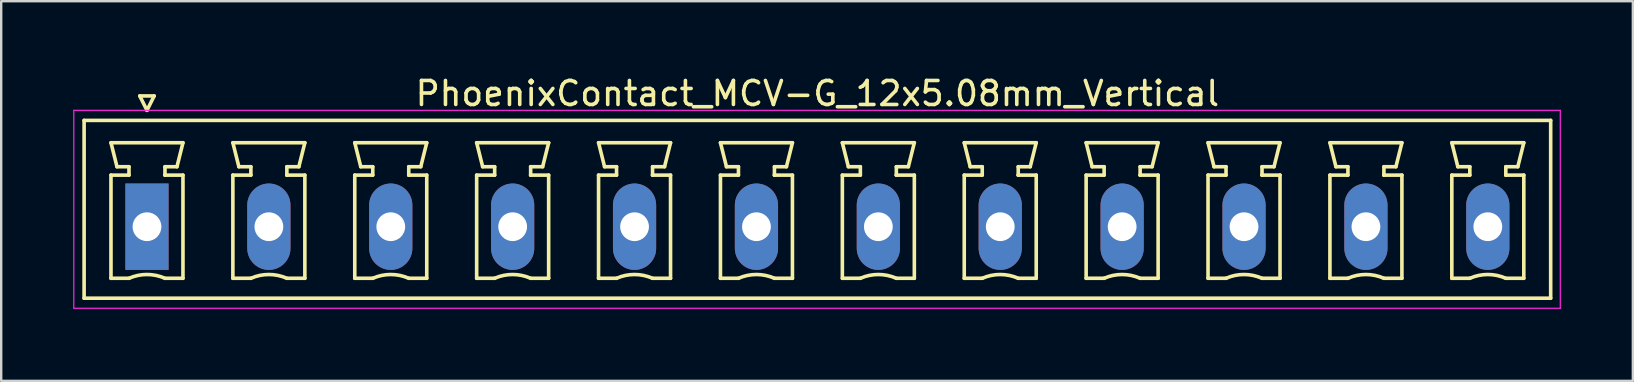
<source format=kicad_pcb>
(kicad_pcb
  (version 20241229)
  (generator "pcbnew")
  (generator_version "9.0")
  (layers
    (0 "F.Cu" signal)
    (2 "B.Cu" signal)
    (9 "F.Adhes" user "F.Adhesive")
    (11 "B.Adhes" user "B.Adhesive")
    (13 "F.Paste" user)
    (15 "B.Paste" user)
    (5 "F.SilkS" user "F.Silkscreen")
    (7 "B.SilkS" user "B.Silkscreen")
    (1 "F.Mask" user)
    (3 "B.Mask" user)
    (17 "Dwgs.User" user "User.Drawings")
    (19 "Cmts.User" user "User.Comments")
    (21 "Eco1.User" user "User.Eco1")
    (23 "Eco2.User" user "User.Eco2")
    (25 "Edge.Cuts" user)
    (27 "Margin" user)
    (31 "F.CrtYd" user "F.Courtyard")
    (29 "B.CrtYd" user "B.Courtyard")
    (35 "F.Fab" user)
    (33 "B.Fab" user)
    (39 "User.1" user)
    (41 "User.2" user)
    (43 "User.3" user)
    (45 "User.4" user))
  (footprint "PhoenixContact_MCV-G_12x5.08mm_Vertical"
    (layer "F.Cu")
    (at 3.075 6.398)
    (property "Reference" "PhoenixContact_MCV-G_12x5.08mm_Vertical" (at 27.94 -5.55 0) (layer "F.SilkS") (effects (font (size 1 1) (thickness 0.15))))
    (attr through_hole)
    (fp_line (start -2.62 -4.43) (end -2.62 2.98) (stroke (width 0.15) (type solid)) (layer "F.SilkS"))
    (fp_line (start -2.62 2.98) (end 58.5 2.98) (stroke (width 0.15) (type solid)) (layer "F.SilkS"))
    (fp_line (start -1.5 -3.5) (end 1.5 -3.5) (stroke (width 0.15) (type solid)) (layer "F.SilkS"))
    (fp_line (start -1.5 -2.15) (end -0.75 -2.15) (stroke (width 0.15) (type solid)) (layer "F.SilkS"))
    (fp_line (start -1.5 2.15) (end -1.5 -2.15) (stroke (width 0.15) (type solid)) (layer "F.SilkS"))
    (fp_line (start -1.25 -2.5) (end -1.5 -3.5) (stroke (width 0.15) (type solid)) (layer "F.SilkS"))
    (fp_line (start -0.75 -2.5) (end -1.25 -2.5) (stroke (width 0.15) (type solid)) (layer "F.SilkS"))
    (fp_line (start -0.75 -2.15) (end -0.75 -2.5) (stroke (width 0.15) (type solid)) (layer "F.SilkS"))
    (fp_line (start -0.75 2.15) (end -1.5 2.15) (stroke (width 0.15) (type solid)) (layer "F.SilkS"))
    (fp_line (start -0.3 -5.45) (end 0 -4.85) (stroke (width 0.15) (type solid)) (layer "F.SilkS"))
    (fp_line (start 0 -4.85) (end 0.3 -5.45) (stroke (width 0.15) (type solid)) (layer "F.SilkS"))
    (fp_line (start 0.3 -5.45) (end -0.3 -5.45) (stroke (width 0.15) (type solid)) (layer "F.SilkS"))
    (fp_line (start 0.75 -2.5) (end 0.75 -2.15) (stroke (width 0.15) (type solid)) (layer "F.SilkS"))
    (fp_line (start 0.75 -2.15) (end 0.75 -2.15) (stroke (width 0.15) (type solid)) (layer "F.SilkS"))
    (fp_line (start 0.75 -2.15) (end 1.5 -2.15) (stroke (width 0.15) (type solid)) (layer "F.SilkS"))
    (fp_line (start 1.25 -2.5) (end 0.75 -2.5) (stroke (width 0.15) (type solid)) (layer "F.SilkS"))
    (fp_line (start 1.5 -3.5) (end 1.25 -2.5) (stroke (width 0.15) (type solid)) (layer "F.SilkS"))
    (fp_line (start 1.5 -2.15) (end 1.5 2.15) (stroke (width 0.15) (type solid)) (layer "F.SilkS"))
    (fp_line (start 1.5 2.15) (end 0.75 2.15) (stroke (width 0.15) (type solid)) (layer "F.SilkS"))
    (fp_line (start 3.58 -3.5) (end 6.58 -3.5) (stroke (width 0.15) (type solid)) (layer "F.SilkS"))
    (fp_line (start 3.58 -2.15) (end 4.33 -2.15) (stroke (width 0.15) (type solid)) (layer "F.SilkS"))
    (fp_line (start 3.58 2.15) (end 3.58 -2.15) (stroke (width 0.15) (type solid)) (layer "F.SilkS"))
    (fp_line (start 3.83 -2.5) (end 3.58 -3.5) (stroke (width 0.15) (type solid)) (layer "F.SilkS"))
    (fp_line (start 4.33 -2.5) (end 3.83 -2.5) (stroke (width 0.15) (type solid)) (layer "F.SilkS"))
    (fp_line (start 4.33 -2.15) (end 4.33 -2.5) (stroke (width 0.15) (type solid)) (layer "F.SilkS"))
    (fp_line (start 4.33 2.15) (end 3.58 2.15) (stroke (width 0.15) (type solid)) (layer "F.SilkS"))
    (fp_line (start 5.83 -2.5) (end 5.83 -2.15) (stroke (width 0.15) (type solid)) (layer "F.SilkS"))
    (fp_line (start 5.83 -2.15) (end 5.83 -2.15) (stroke (width 0.15) (type solid)) (layer "F.SilkS"))
    (fp_line (start 5.83 -2.15) (end 6.58 -2.15) (stroke (width 0.15) (type solid)) (layer "F.SilkS"))
    (fp_line (start 6.33 -2.5) (end 5.83 -2.5) (stroke (width 0.15) (type solid)) (layer "F.SilkS"))
    (fp_line (start 6.58 -3.5) (end 6.33 -2.5) (stroke (width 0.15) (type solid)) (layer "F.SilkS"))
    (fp_line (start 6.58 -2.15) (end 6.58 2.15) (stroke (width 0.15) (type solid)) (layer "F.SilkS"))
    (fp_line (start 6.58 2.15) (end 5.83 2.15) (stroke (width 0.15) (type solid)) (layer "F.SilkS"))
    (fp_line (start 8.66 -3.5) (end 11.66 -3.5) (stroke (width 0.15) (type solid)) (layer "F.SilkS"))
    (fp_line (start 8.66 -2.15) (end 9.41 -2.15) (stroke (width 0.15) (type solid)) (layer "F.SilkS"))
    (fp_line (start 8.66 2.15) (end 8.66 -2.15) (stroke (width 0.15) (type solid)) (layer "F.SilkS"))
    (fp_line (start 8.91 -2.5) (end 8.66 -3.5) (stroke (width 0.15) (type solid)) (layer "F.SilkS"))
    (fp_line (start 9.41 -2.5) (end 8.91 -2.5) (stroke (width 0.15) (type solid)) (layer "F.SilkS"))
    (fp_line (start 9.41 -2.15) (end 9.41 -2.5) (stroke (width 0.15) (type solid)) (layer "F.SilkS"))
    (fp_line (start 9.41 2.15) (end 8.66 2.15) (stroke (width 0.15) (type solid)) (layer "F.SilkS"))
    (fp_line (start 10.91 -2.5) (end 10.91 -2.15) (stroke (width 0.15) (type solid)) (layer "F.SilkS"))
    (fp_line (start 10.91 -2.15) (end 10.91 -2.15) (stroke (width 0.15) (type solid)) (layer "F.SilkS"))
    (fp_line (start 10.91 -2.15) (end 11.66 -2.15) (stroke (width 0.15) (type solid)) (layer "F.SilkS"))
    (fp_line (start 11.41 -2.5) (end 10.91 -2.5) (stroke (width 0.15) (type solid)) (layer "F.SilkS"))
    (fp_line (start 11.66 -3.5) (end 11.41 -2.5) (stroke (width 0.15) (type solid)) (layer "F.SilkS"))
    (fp_line (start 11.66 -2.15) (end 11.66 2.15) (stroke (width 0.15) (type solid)) (layer "F.SilkS"))
    (fp_line (start 11.66 2.15) (end 10.91 2.15) (stroke (width 0.15) (type solid)) (layer "F.SilkS"))
    (fp_line (start 13.74 -3.5) (end 16.74 -3.5) (stroke (width 0.15) (type solid)) (layer "F.SilkS"))
    (fp_line (start 13.74 -2.15) (end 14.49 -2.15) (stroke (width 0.15) (type solid)) (layer "F.SilkS"))
    (fp_line (start 13.74 2.15) (end 13.74 -2.15) (stroke (width 0.15) (type solid)) (layer "F.SilkS"))
    (fp_line (start 13.99 -2.5) (end 13.74 -3.5) (stroke (width 0.15) (type solid)) (layer "F.SilkS"))
    (fp_line (start 14.49 -2.5) (end 13.99 -2.5) (stroke (width 0.15) (type solid)) (layer "F.SilkS"))
    (fp_line (start 14.49 -2.15) (end 14.49 -2.5) (stroke (width 0.15) (type solid)) (layer "F.SilkS"))
    (fp_line (start 14.49 2.15) (end 13.74 2.15) (stroke (width 0.15) (type solid)) (layer "F.SilkS"))
    (fp_line (start 15.99 -2.5) (end 15.99 -2.15) (stroke (width 0.15) (type solid)) (layer "F.SilkS"))
    (fp_line (start 15.99 -2.15) (end 15.99 -2.15) (stroke (width 0.15) (type solid)) (layer "F.SilkS"))
    (fp_line (start 15.99 -2.15) (end 16.74 -2.15) (stroke (width 0.15) (type solid)) (layer "F.SilkS"))
    (fp_line (start 16.49 -2.5) (end 15.99 -2.5) (stroke (width 0.15) (type solid)) (layer "F.SilkS"))
    (fp_line (start 16.74 -3.5) (end 16.49 -2.5) (stroke (width 0.15) (type solid)) (layer "F.SilkS"))
    (fp_line (start 16.74 -2.15) (end 16.74 2.15) (stroke (width 0.15) (type solid)) (layer "F.SilkS"))
    (fp_line (start 16.74 2.15) (end 15.99 2.15) (stroke (width 0.15) (type solid)) (layer "F.SilkS"))
    (fp_line (start 18.82 -3.5) (end 21.82 -3.5) (stroke (width 0.15) (type solid)) (layer "F.SilkS"))
    (fp_line (start 18.82 -2.15) (end 19.57 -2.15) (stroke (width 0.15) (type solid)) (layer "F.SilkS"))
    (fp_line (start 18.82 2.15) (end 18.82 -2.15) (stroke (width 0.15) (type solid)) (layer "F.SilkS"))
    (fp_line (start 19.07 -2.5) (end 18.82 -3.5) (stroke (width 0.15) (type solid)) (layer "F.SilkS"))
    (fp_line (start 19.57 -2.5) (end 19.07 -2.5) (stroke (width 0.15) (type solid)) (layer "F.SilkS"))
    (fp_line (start 19.57 -2.15) (end 19.57 -2.5) (stroke (width 0.15) (type solid)) (layer "F.SilkS"))
    (fp_line (start 19.57 2.15) (end 18.82 2.15) (stroke (width 0.15) (type solid)) (layer "F.SilkS"))
    (fp_line (start 21.07 -2.5) (end 21.07 -2.15) (stroke (width 0.15) (type solid)) (layer "F.SilkS"))
    (fp_line (start 21.07 -2.15) (end 21.07 -2.15) (stroke (width 0.15) (type solid)) (layer "F.SilkS"))
    (fp_line (start 21.07 -2.15) (end 21.82 -2.15) (stroke (width 0.15) (type solid)) (layer "F.SilkS"))
    (fp_line (start 21.57 -2.5) (end 21.07 -2.5) (stroke (width 0.15) (type solid)) (layer "F.SilkS"))
    (fp_line (start 21.82 -3.5) (end 21.57 -2.5) (stroke (width 0.15) (type solid)) (layer "F.SilkS"))
    (fp_line (start 21.82 -2.15) (end 21.82 2.15) (stroke (width 0.15) (type solid)) (layer "F.SilkS"))
    (fp_line (start 21.82 2.15) (end 21.07 2.15) (stroke (width 0.15) (type solid)) (layer "F.SilkS"))
    (fp_line (start 23.9 -3.5) (end 26.9 -3.5) (stroke (width 0.15) (type solid)) (layer "F.SilkS"))
    (fp_line (start 23.9 -2.15) (end 24.65 -2.15) (stroke (width 0.15) (type solid)) (layer "F.SilkS"))
    (fp_line (start 23.9 2.15) (end 23.9 -2.15) (stroke (width 0.15) (type solid)) (layer "F.SilkS"))
    (fp_line (start 24.15 -2.5) (end 23.9 -3.5) (stroke (width 0.15) (type solid)) (layer "F.SilkS"))
    (fp_line (start 24.65 -2.5) (end 24.15 -2.5) (stroke (width 0.15) (type solid)) (layer "F.SilkS"))
    (fp_line (start 24.65 -2.15) (end 24.65 -2.5) (stroke (width 0.15) (type solid)) (layer "F.SilkS"))
    (fp_line (start 24.65 2.15) (end 23.9 2.15) (stroke (width 0.15) (type solid)) (layer "F.SilkS"))
    (fp_line (start 26.15 -2.5) (end 26.15 -2.15) (stroke (width 0.15) (type solid)) (layer "F.SilkS"))
    (fp_line (start 26.15 -2.15) (end 26.15 -2.15) (stroke (width 0.15) (type solid)) (layer "F.SilkS"))
    (fp_line (start 26.15 -2.15) (end 26.9 -2.15) (stroke (width 0.15) (type solid)) (layer "F.SilkS"))
    (fp_line (start 26.65 -2.5) (end 26.15 -2.5) (stroke (width 0.15) (type solid)) (layer "F.SilkS"))
    (fp_line (start 26.9 -3.5) (end 26.65 -2.5) (stroke (width 0.15) (type solid)) (layer "F.SilkS"))
    (fp_line (start 26.9 -2.15) (end 26.9 2.15) (stroke (width 0.15) (type solid)) (layer "F.SilkS"))
    (fp_line (start 26.9 2.15) (end 26.15 2.15) (stroke (width 0.15) (type solid)) (layer "F.SilkS"))
    (fp_line (start 28.98 -3.5) (end 31.98 -3.5) (stroke (width 0.15) (type solid)) (layer "F.SilkS"))
    (fp_line (start 28.98 -2.15) (end 29.73 -2.15) (stroke (width 0.15) (type solid)) (layer "F.SilkS"))
    (fp_line (start 28.98 2.15) (end 28.98 -2.15) (stroke (width 0.15) (type solid)) (layer "F.SilkS"))
    (fp_line (start 29.23 -2.5) (end 28.98 -3.5) (stroke (width 0.15) (type solid)) (layer "F.SilkS"))
    (fp_line (start 29.73 -2.5) (end 29.23 -2.5) (stroke (width 0.15) (type solid)) (layer "F.SilkS"))
    (fp_line (start 29.73 -2.15) (end 29.73 -2.5) (stroke (width 0.15) (type solid)) (layer "F.SilkS"))
    (fp_line (start 29.73 2.15) (end 28.98 2.15) (stroke (width 0.15) (type solid)) (layer "F.SilkS"))
    (fp_line (start 31.23 -2.5) (end 31.23 -2.15) (stroke (width 0.15) (type solid)) (layer "F.SilkS"))
    (fp_line (start 31.23 -2.15) (end 31.23 -2.15) (stroke (width 0.15) (type solid)) (layer "F.SilkS"))
    (fp_line (start 31.23 -2.15) (end 31.98 -2.15) (stroke (width 0.15) (type solid)) (layer "F.SilkS"))
    (fp_line (start 31.73 -2.5) (end 31.23 -2.5) (stroke (width 0.15) (type solid)) (layer "F.SilkS"))
    (fp_line (start 31.98 -3.5) (end 31.73 -2.5) (stroke (width 0.15) (type solid)) (layer "F.SilkS"))
    (fp_line (start 31.98 -2.15) (end 31.98 2.15) (stroke (width 0.15) (type solid)) (layer "F.SilkS"))
    (fp_line (start 31.98 2.15) (end 31.23 2.15) (stroke (width 0.15) (type solid)) (layer "F.SilkS"))
    (fp_line (start 34.06 -3.5) (end 37.06 -3.5) (stroke (width 0.15) (type solid)) (layer "F.SilkS"))
    (fp_line (start 34.06 -2.15) (end 34.81 -2.15) (stroke (width 0.15) (type solid)) (layer "F.SilkS"))
    (fp_line (start 34.06 2.15) (end 34.06 -2.15) (stroke (width 0.15) (type solid)) (layer "F.SilkS"))
    (fp_line (start 34.31 -2.5) (end 34.06 -3.5) (stroke (width 0.15) (type solid)) (layer "F.SilkS"))
    (fp_line (start 34.81 -2.5) (end 34.31 -2.5) (stroke (width 0.15) (type solid)) (layer "F.SilkS"))
    (fp_line (start 34.81 -2.15) (end 34.81 -2.5) (stroke (width 0.15) (type solid)) (layer "F.SilkS"))
    (fp_line (start 34.81 2.15) (end 34.06 2.15) (stroke (width 0.15) (type solid)) (layer "F.SilkS"))
    (fp_line (start 36.31 -2.5) (end 36.31 -2.15) (stroke (width 0.15) (type solid)) (layer "F.SilkS"))
    (fp_line (start 36.31 -2.15) (end 36.31 -2.15) (stroke (width 0.15) (type solid)) (layer "F.SilkS"))
    (fp_line (start 36.31 -2.15) (end 37.06 -2.15) (stroke (width 0.15) (type solid)) (layer "F.SilkS"))
    (fp_line (start 36.81 -2.5) (end 36.31 -2.5) (stroke (width 0.15) (type solid)) (layer "F.SilkS"))
    (fp_line (start 37.06 -3.5) (end 36.81 -2.5) (stroke (width 0.15) (type solid)) (layer "F.SilkS"))
    (fp_line (start 37.06 -2.15) (end 37.06 2.15) (stroke (width 0.15) (type solid)) (layer "F.SilkS"))
    (fp_line (start 37.06 2.15) (end 36.31 2.15) (stroke (width 0.15) (type solid)) (layer "F.SilkS"))
    (fp_line (start 39.14 -3.5) (end 42.14 -3.5) (stroke (width 0.15) (type solid)) (layer "F.SilkS"))
    (fp_line (start 39.14 -2.15) (end 39.89 -2.15) (stroke (width 0.15) (type solid)) (layer "F.SilkS"))
    (fp_line (start 39.14 2.15) (end 39.14 -2.15) (stroke (width 0.15) (type solid)) (layer "F.SilkS"))
    (fp_line (start 39.39 -2.5) (end 39.14 -3.5) (stroke (width 0.15) (type solid)) (layer "F.SilkS"))
    (fp_line (start 39.89 -2.5) (end 39.39 -2.5) (stroke (width 0.15) (type solid)) (layer "F.SilkS"))
    (fp_line (start 39.89 -2.15) (end 39.89 -2.5) (stroke (width 0.15) (type solid)) (layer "F.SilkS"))
    (fp_line (start 39.89 2.15) (end 39.14 2.15) (stroke (width 0.15) (type solid)) (layer "F.SilkS"))
    (fp_line (start 41.39 -2.5) (end 41.39 -2.15) (stroke (width 0.15) (type solid)) (layer "F.SilkS"))
    (fp_line (start 41.39 -2.15) (end 41.39 -2.15) (stroke (width 0.15) (type solid)) (layer "F.SilkS"))
    (fp_line (start 41.39 -2.15) (end 42.14 -2.15) (stroke (width 0.15) (type solid)) (layer "F.SilkS"))
    (fp_line (start 41.89 -2.5) (end 41.39 -2.5) (stroke (width 0.15) (type solid)) (layer "F.SilkS"))
    (fp_line (start 42.14 -3.5) (end 41.89 -2.5) (stroke (width 0.15) (type solid)) (layer "F.SilkS"))
    (fp_line (start 42.14 -2.15) (end 42.14 2.15) (stroke (width 0.15) (type solid)) (layer "F.SilkS"))
    (fp_line (start 42.14 2.15) (end 41.39 2.15) (stroke (width 0.15) (type solid)) (layer "F.SilkS"))
    (fp_line (start 44.22 -3.5) (end 47.22 -3.5) (stroke (width 0.15) (type solid)) (layer "F.SilkS"))
    (fp_line (start 44.22 -2.15) (end 44.97 -2.15) (stroke (width 0.15) (type solid)) (layer "F.SilkS"))
    (fp_line (start 44.22 2.15) (end 44.22 -2.15) (stroke (width 0.15) (type solid)) (layer "F.SilkS"))
    (fp_line (start 44.47 -2.5) (end 44.22 -3.5) (stroke (width 0.15) (type solid)) (layer "F.SilkS"))
    (fp_line (start 44.97 -2.5) (end 44.47 -2.5) (stroke (width 0.15) (type solid)) (layer "F.SilkS"))
    (fp_line (start 44.97 -2.15) (end 44.97 -2.5) (stroke (width 0.15) (type solid)) (layer "F.SilkS"))
    (fp_line (start 44.97 2.15) (end 44.22 2.15) (stroke (width 0.15) (type solid)) (layer "F.SilkS"))
    (fp_line (start 46.47 -2.5) (end 46.47 -2.15) (stroke (width 0.15) (type solid)) (layer "F.SilkS"))
    (fp_line (start 46.47 -2.15) (end 46.47 -2.15) (stroke (width 0.15) (type solid)) (layer "F.SilkS"))
    (fp_line (start 46.47 -2.15) (end 47.22 -2.15) (stroke (width 0.15) (type solid)) (layer "F.SilkS"))
    (fp_line (start 46.97 -2.5) (end 46.47 -2.5) (stroke (width 0.15) (type solid)) (layer "F.SilkS"))
    (fp_line (start 47.22 -3.5) (end 46.97 -2.5) (stroke (width 0.15) (type solid)) (layer "F.SilkS"))
    (fp_line (start 47.22 -2.15) (end 47.22 2.15) (stroke (width 0.15) (type solid)) (layer "F.SilkS"))
    (fp_line (start 47.22 2.15) (end 46.47 2.15) (stroke (width 0.15) (type solid)) (layer "F.SilkS"))
    (fp_line (start 49.3 -3.5) (end 52.3 -3.5) (stroke (width 0.15) (type solid)) (layer "F.SilkS"))
    (fp_line (start 49.3 -2.15) (end 50.05 -2.15) (stroke (width 0.15) (type solid)) (layer "F.SilkS"))
    (fp_line (start 49.3 2.15) (end 49.3 -2.15) (stroke (width 0.15) (type solid)) (layer "F.SilkS"))
    (fp_line (start 49.55 -2.5) (end 49.3 -3.5) (stroke (width 0.15) (type solid)) (layer "F.SilkS"))
    (fp_line (start 50.05 -2.5) (end 49.55 -2.5) (stroke (width 0.15) (type solid)) (layer "F.SilkS"))
    (fp_line (start 50.05 -2.15) (end 50.05 -2.5) (stroke (width 0.15) (type solid)) (layer "F.SilkS"))
    (fp_line (start 50.05 2.15) (end 49.3 2.15) (stroke (width 0.15) (type solid)) (layer "F.SilkS"))
    (fp_line (start 51.55 -2.5) (end 51.55 -2.15) (stroke (width 0.15) (type solid)) (layer "F.SilkS"))
    (fp_line (start 51.55 -2.15) (end 51.55 -2.15) (stroke (width 0.15) (type solid)) (layer "F.SilkS"))
    (fp_line (start 51.55 -2.15) (end 52.3 -2.15) (stroke (width 0.15) (type solid)) (layer "F.SilkS"))
    (fp_line (start 52.05 -2.5) (end 51.55 -2.5) (stroke (width 0.15) (type solid)) (layer "F.SilkS"))
    (fp_line (start 52.3 -3.5) (end 52.05 -2.5) (stroke (width 0.15) (type solid)) (layer "F.SilkS"))
    (fp_line (start 52.3 -2.15) (end 52.3 2.15) (stroke (width 0.15) (type solid)) (layer "F.SilkS"))
    (fp_line (start 52.3 2.15) (end 51.55 2.15) (stroke (width 0.15) (type solid)) (layer "F.SilkS"))
    (fp_line (start 54.38 -3.5) (end 57.38 -3.5) (stroke (width 0.15) (type solid)) (layer "F.SilkS"))
    (fp_line (start 54.38 -2.15) (end 55.13 -2.15) (stroke (width 0.15) (type solid)) (layer "F.SilkS"))
    (fp_line (start 54.38 2.15) (end 54.38 -2.15) (stroke (width 0.15) (type solid)) (layer "F.SilkS"))
    (fp_line (start 54.63 -2.5) (end 54.38 -3.5) (stroke (width 0.15) (type solid)) (layer "F.SilkS"))
    (fp_line (start 55.13 -2.5) (end 54.63 -2.5) (stroke (width 0.15) (type solid)) (layer "F.SilkS"))
    (fp_line (start 55.13 -2.15) (end 55.13 -2.5) (stroke (width 0.15) (type solid)) (layer "F.SilkS"))
    (fp_line (start 55.13 2.15) (end 54.38 2.15) (stroke (width 0.15) (type solid)) (layer "F.SilkS"))
    (fp_line (start 56.63 -2.5) (end 56.63 -2.15) (stroke (width 0.15) (type solid)) (layer "F.SilkS"))
    (fp_line (start 56.63 -2.15) (end 56.63 -2.15) (stroke (width 0.15) (type solid)) (layer "F.SilkS"))
    (fp_line (start 56.63 -2.15) (end 57.38 -2.15) (stroke (width 0.15) (type solid)) (layer "F.SilkS"))
    (fp_line (start 57.13 -2.5) (end 56.63 -2.5) (stroke (width 0.15) (type solid)) (layer "F.SilkS"))
    (fp_line (start 57.38 -3.5) (end 57.13 -2.5) (stroke (width 0.15) (type solid)) (layer "F.SilkS"))
    (fp_line (start 57.38 -2.15) (end 57.38 2.15) (stroke (width 0.15) (type solid)) (layer "F.SilkS"))
    (fp_line (start 57.38 2.15) (end 56.63 2.15) (stroke (width 0.15) (type solid)) (layer "F.SilkS"))
    (fp_line (start 58.5 -4.43) (end -2.62 -4.43) (stroke (width 0.15) (type solid)) (layer "F.SilkS"))
    (fp_line (start 58.5 2.98) (end 58.5 -4.43) (stroke (width 0.15) (type solid)) (layer "F.SilkS"))
    (fp_arc (start -0.75 2.15) (mid -0.000193 1.99191) (end 0.749647 2.149844) (stroke (width 0.15) (type solid)) (layer "F.SilkS"))
    (fp_arc (start 4.33 2.15) (mid 5.079807 1.99191) (end 5.829647 2.149844) (stroke (width 0.15) (type solid)) (layer "F.SilkS"))
    (fp_arc (start 9.41 2.15) (mid 10.159807 1.99191) (end 10.909647 2.149844) (stroke (width 0.15) (type solid)) (layer "F.SilkS"))
    (fp_arc (start 14.49 2.15) (mid 15.239807 1.99191) (end 15.989647 2.149844) (stroke (width 0.15) (type solid)) (layer "F.SilkS"))
    (fp_arc (start 19.57 2.15) (mid 20.319807 1.99191) (end 21.069647 2.149844) (stroke (width 0.15) (type solid)) (layer "F.SilkS"))
    (fp_arc (start 24.65 2.15) (mid 25.399807 1.99191) (end 26.149647 2.149844) (stroke (width 0.15) (type solid)) (layer "F.SilkS"))
    (fp_arc (start 29.73 2.15) (mid 30.479807 1.99191) (end 31.229647 2.149844) (stroke (width 0.15) (type solid)) (layer "F.SilkS"))
    (fp_arc (start 34.81 2.15) (mid 35.559807 1.99191) (end 36.309647 2.149844) (stroke (width 0.15) (type solid)) (layer "F.SilkS"))
    (fp_arc (start 39.89 2.15) (mid 40.639807 1.99191) (end 41.389647 2.149844) (stroke (width 0.15) (type solid)) (layer "F.SilkS"))
    (fp_arc (start 44.97 2.15) (mid 45.719807 1.99191) (end 46.469647 2.149844) (stroke (width 0.15) (type solid)) (layer "F.SilkS"))
    (fp_arc (start 50.05 2.15) (mid 50.799807 1.99191) (end 51.549647 2.149844) (stroke (width 0.15) (type solid)) (layer "F.SilkS"))
    (fp_arc (start 55.13 2.15) (mid 55.879807 1.99191) (end 56.629647 2.149844) (stroke (width 0.15) (type solid)) (layer "F.SilkS"))
    (fp_line (start -3.05 -4.85) (end -3.05 3.4) (stroke (width 0.05) (type solid)) (layer "F.CrtYd"))
    (fp_line (start -3.05 3.4) (end 58.9 3.4) (stroke (width 0.05) (type solid)) (layer "F.CrtYd"))
    (fp_line (start 58.9 -4.85) (end -3.05 -4.85) (stroke (width 0.05) (type solid)) (layer "F.CrtYd"))
    (fp_line (start 58.9 3.4) (end 58.9 -4.85) (stroke (width 0.05) (type solid)) (layer "F.CrtYd"))
    (pad "1" thru_hole rect (at 0 0) (size 1.8 3.6) (drill 1.2) (layers "*.Cu" "*.Mask"))
    (pad "2" thru_hole oval (at 5.08 0) (size 1.8 3.6) (drill 1.2) (layers "*.Cu" "*.Mask"))
    (pad "3" thru_hole oval (at 10.16 0) (size 1.8 3.6) (drill 1.2) (layers "*.Cu" "*.Mask"))
    (pad "4" thru_hole oval (at 15.24 0) (size 1.8 3.6) (drill 1.2) (layers "*.Cu" "*.Mask"))
    (pad "5" thru_hole oval (at 20.32 0) (size 1.8 3.6) (drill 1.2) (layers "*.Cu" "*.Mask"))
    (pad "6" thru_hole oval (at 25.4 0) (size 1.8 3.6) (drill 1.2) (layers "*.Cu" "*.Mask"))
    (pad "7" thru_hole oval (at 30.48 0) (size 1.8 3.6) (drill 1.2) (layers "*.Cu" "*.Mask"))
    (pad "8" thru_hole oval (at 35.56 0) (size 1.8 3.6) (drill 1.2) (layers "*.Cu" "*.Mask"))
    (pad "9" thru_hole oval (at 40.64 0) (size 1.8 3.6) (drill 1.2) (layers "*.Cu" "*.Mask"))
    (pad "10" thru_hole oval (at 45.72 0) (size 1.8 3.6) (drill 1.2) (layers "*.Cu" "*.Mask"))
    (pad "11" thru_hole oval (at 50.8 0) (size 1.8 3.6) (drill 1.2) (layers "*.Cu" "*.Mask"))
    (pad "12" thru_hole oval (at 55.88 0) (size 1.8 3.6) (drill 1.2) (layers "*.Cu" "*.Mask")))
  (gr_rect
    (start -3 -3)
    (end 65 12.823)
    (stroke (width 0.1) (type default))
    (fill no)
    (layer "Edge.Cuts")))
</source>
